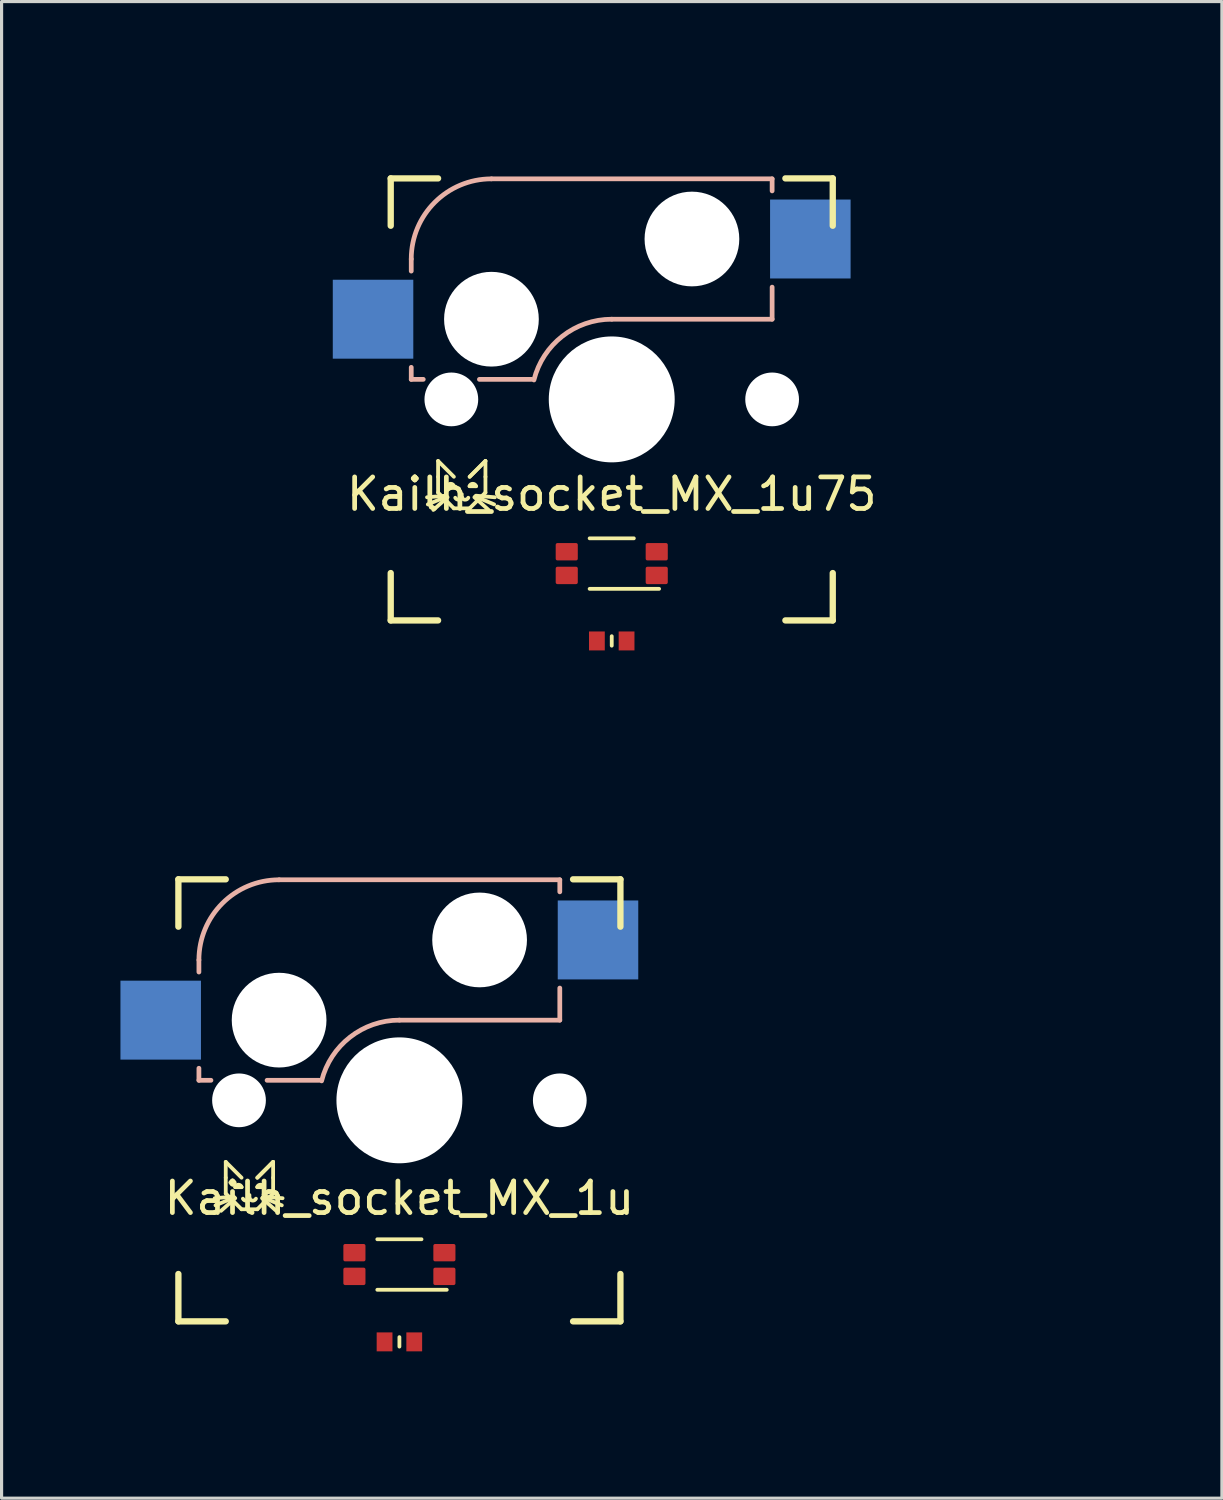
<source format=kicad_pcb>
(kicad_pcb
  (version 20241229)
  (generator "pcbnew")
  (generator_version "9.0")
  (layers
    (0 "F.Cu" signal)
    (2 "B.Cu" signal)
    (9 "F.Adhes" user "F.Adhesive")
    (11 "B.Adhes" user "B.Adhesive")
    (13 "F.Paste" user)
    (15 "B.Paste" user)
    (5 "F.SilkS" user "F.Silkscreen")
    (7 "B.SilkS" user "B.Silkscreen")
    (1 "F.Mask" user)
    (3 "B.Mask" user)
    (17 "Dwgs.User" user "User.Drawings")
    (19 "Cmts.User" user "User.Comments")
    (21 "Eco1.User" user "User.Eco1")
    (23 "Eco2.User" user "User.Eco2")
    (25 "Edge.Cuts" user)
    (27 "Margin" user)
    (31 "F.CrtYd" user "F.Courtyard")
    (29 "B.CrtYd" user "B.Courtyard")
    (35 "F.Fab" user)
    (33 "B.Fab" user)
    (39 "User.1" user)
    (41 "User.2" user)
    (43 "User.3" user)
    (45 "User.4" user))
  (footprint "Kailh_socket_MX_1u"
    (layer "F.Cu")
    (at 9.6 31.8)
    (property "Reference" "Kailh_socket_MX_1u" (at 0 3.1 0) (layer "F.SilkS") (effects (font (size 1 1) (thickness 0.15))))
    (attr through_hole)
    (fp_line (start -7 -7) (end -7 -5.5) (stroke (width 0.2) (type solid)) (layer "F.SilkS"))
    (fp_line (start -7 -7) (end -5.5 -7) (stroke (width 0.2) (type solid)) (layer "F.SilkS"))
    (fp_line (start -7 7) (end -7 5.5) (stroke (width 0.2) (type solid)) (layer "F.SilkS"))
    (fp_line (start -7 7) (end -5.5 7) (stroke (width 0.2) (type solid)) (layer "F.SilkS"))
    (fp_line (start -5.5 1.95) (end -5.5 2.45) (stroke (width 0.12) (type default)) (layer "F.SilkS"))
    (fp_line (start -5.5 2.45) (end -5.5 2.95) (stroke (width 0.12) (type default)) (layer "F.SilkS"))
    (fp_line (start -5.5 2.95) (end -5 3.45) (stroke (width 0.12) (type default)) (layer "F.SilkS"))
    (fp_line (start -5.25 3.05) (end -5.85 3.1) (stroke (width 0.12) (type default)) (layer "F.SilkS"))
    (fp_line (start -5.225 3.075) (end -5.825 3.325) (stroke (width 0.12) (type default)) (layer "F.SilkS"))
    (fp_line (start -5.2 2.75) (end -5 2.75) (stroke (width 0.12) (type default)) (layer "F.SilkS"))
    (fp_line (start -5.2 3.1) (end -5.65 3.5) (stroke (width 0.12) (type default)) (layer "F.SilkS"))
    (fp_line (start -5 2.45) (end -5.5 1.95) (stroke (width 0.12) (type default)) (layer "F.SilkS"))
    (fp_line (start -5 3.45) (end -4.5 3.45) (stroke (width 0.12) (type default)) (layer "F.SilkS"))
    (fp_line (start -4.75 3) (end -4.75 3.1) (stroke (width 0.12) (type default)) (layer "F.SilkS"))
    (fp_line (start -4.5 2.45) (end -4 1.95) (stroke (width 0.12) (type default)) (layer "F.SilkS"))
    (fp_line (start -4.5 2.75) (end -4.3 2.75) (stroke (width 0.12) (type default)) (layer "F.SilkS"))
    (fp_line (start -4.5 3.45) (end -4 2.95) (stroke (width 0.12) (type default)) (layer "F.SilkS"))
    (fp_line (start -4.35 3.1) (end -3.9 3.5) (stroke (width 0.12) (type default)) (layer "F.SilkS"))
    (fp_line (start -4.325 3.075) (end -3.725 3.325) (stroke (width 0.12) (type default)) (layer "F.SilkS"))
    (fp_line (start -4.3 3.05) (end -3.7 3.1) (stroke (width 0.12) (type default)) (layer "F.SilkS"))
    (fp_line (start -4 1.95) (end -4.5 2.45) (stroke (width 0.12) (type default)) (layer "F.SilkS"))
    (fp_line (start -4 1.95) (end -4 2.45) (stroke (width 0.12) (type default)) (layer "F.SilkS"))
    (fp_line (start -4 2.95) (end -4 2.45) (stroke (width 0.12) (type default)) (layer "F.SilkS"))
    (fp_line (start 0 7.8) (end 0 7.5) (stroke (width 0.12) (type solid)) (layer "F.SilkS"))
    (fp_line (start 0.7 4.4) (end -0.7 4.4) (stroke (width 0.12) (type default)) (layer "F.SilkS"))
    (fp_line (start 1.5 6) (end -0.7 6) (stroke (width 0.12) (type default)) (layer "F.SilkS"))
    (fp_line (start 7 -7) (end 5.5 -7) (stroke (width 0.2) (type solid)) (layer "F.SilkS"))
    (fp_line (start 7 -7) (end 7 -5.5) (stroke (width 0.2) (type solid)) (layer "F.SilkS"))
    (fp_line (start 7 7) (end 5.5 7) (stroke (width 0.2) (type solid)) (layer "F.SilkS"))
    (fp_line (start 7 7) (end 7 5.5) (stroke (width 0.2) (type solid)) (layer "F.SilkS"))
    (fp_arc (start -5.203866 2.747116) (mid -5.098487 2.672265) (end -4.995217 2.75) (stroke (width 0.12) (type default)) (layer "F.SilkS"))
    (fp_arc (start -4.75 3.1) (mid -4.848141 3.176166) (end -4.956067 3.114644) (stroke (width 0.12) (type default)) (layer "F.SilkS"))
    (fp_arc (start -4.543933 3.114644) (mid -4.651859 3.176167) (end -4.75 3.1) (stroke (width 0.12) (type default)) (layer "F.SilkS"))
    (fp_arc (start -4.505379 2.747116) (mid -4.4 2.672265) (end -4.29673 2.75) (stroke (width 0.12) (type default)) (layer "F.SilkS"))
    (fp_line (start -6.35 -4.445) (end -6.35 -4.064) (stroke (width 0.15) (type solid)) (layer "B.SilkS"))
    (fp_line (start -6.35 -1.016) (end -6.35 -0.635) (stroke (width 0.15) (type solid)) (layer "B.SilkS"))
    (fp_line (start -6.35 -0.635) (end -5.969 -0.635) (stroke (width 0.15) (type solid)) (layer "B.SilkS"))
    (fp_line (start -4.191 -0.635) (end -2.54 -0.635) (stroke (width 0.15) (type solid)) (layer "B.SilkS"))
    (fp_line (start 0 -2.54) (end 5.08 -2.54) (stroke (width 0.15) (type solid)) (layer "B.SilkS"))
    (fp_line (start 5.08 -6.985) (end -3.81 -6.985) (stroke (width 0.15) (type solid)) (layer "B.SilkS"))
    (fp_line (start 5.08 -6.604) (end 5.08 -6.985) (stroke (width 0.15) (type solid)) (layer "B.SilkS"))
    (fp_line (start 5.08 -2.54) (end 5.08 -3.556) (stroke (width 0.15) (type solid)) (layer "B.SilkS"))
    (fp_arc (start -6.35 -4.445) (mid -5.606051 -6.241051) (end -3.81 -6.985) (stroke (width 0.15) (type solid)) (layer "B.SilkS"))
    (fp_arc (start -2.464162 -0.61604) (mid -1.563147 -2.002042) (end 0 -2.54) (stroke (width 0.15) (type solid)) (layer "B.SilkS"))
    (fp_line (start -9.525 -9.525) (end 9.525 -9.525) (stroke (width 0.15) (type solid)) (layer "Eco1.User"))
    (fp_line (start -9.525 9.525) (end -9.525 -9.525) (stroke (width 0.15) (type solid)) (layer "Eco1.User"))
    (fp_line (start -9.525 9.525) (end 9.525 9.525) (stroke (width 0.15) (type solid)) (layer "Eco1.User"))
    (fp_line (start -9 -9) (end 9 -9) (stroke (width 0.15) (type solid)) (layer "Eco1.User"))
    (fp_line (start -9 9) (end -9 -9) (stroke (width 0.15) (type solid)) (layer "Eco1.User"))
    (fp_line (start -1.6 4.7) (end 1.6 4.7) (stroke (width 0.05) (type default)) (layer "Eco1.User"))
    (fp_line (start -1.6 5.7) (end -1.6 4.7) (stroke (width 0.05) (type default)) (layer "Eco1.User"))
    (fp_line (start -1.6 5.7) (end 1.6 5.7) (stroke (width 0.05) (type default)) (layer "Eco1.User"))
    (fp_line (start 1.6 5.7) (end 1.6 4.7) (stroke (width 0.05) (type default)) (layer "Eco1.User"))
    (fp_line (start 9 -9) (end 9 9) (stroke (width 0.15) (type solid)) (layer "Eco1.User"))
    (fp_line (start 9 9) (end -9 9) (stroke (width 0.15) (type solid)) (layer "Eco1.User"))
    (fp_line (start 9.525 9.525) (end 9.525 -9.525) (stroke (width 0.15) (type solid)) (layer "Eco1.User"))
    (fp_rect (start -2.5 4.2) (end 2.5 6.2) (stroke (width 0.12) (type default)) (fill no) (layer "Eco1.User"))
    (fp_line (start -6.9 6.9) (end -6.9 -6.9) (stroke (width 0.15) (type solid)) (layer "Eco2.User"))
    (fp_line (start -6.9 6.9) (end 6.9 6.9) (stroke (width 0.15) (type solid)) (layer "Eco2.User"))
    (fp_line (start 6.9 -6.9) (end -6.9 -6.9) (stroke (width 0.15) (type solid)) (layer "Eco2.User"))
    (fp_line (start 6.9 -6.9) (end 6.9 6.9) (stroke (width 0.15) (type solid)) (layer "Eco2.User"))
    (pad "" np_thru_hole circle (at -5.08 0 180) (size 1.702 1.702) (drill 1.702) (layers "*.Cu" "*.Mask"))
    (pad "" np_thru_hole circle (at -3.81 -2.54 180) (size 3 3) (drill 3) (layers "*.Cu" "*.Mask"))
    (pad "" np_thru_hole circle (at 0 0 180) (size 3.988 3.988) (drill 3.988) (layers "*.Cu" "*.Mask"))
    (pad "" np_thru_hole circle (at 2.54 -5.08 180) (size 3 3) (drill 3) (layers "*.Cu" "*.Mask"))
    (pad "" np_thru_hole circle (at 5.08 0 180) (size 1.702 1.702) (drill 1.702) (layers "*.Cu" "*.Mask"))
    (pad "1" smd rect (at 6.29 -5.08 180) (size 2.55 2.5) (layers "B.Cu" "B.Mask" "B.Paste"))
    (pad "2" smd rect (at -7.56 -2.54 180) (size 2.55 2.5) (layers "B.Cu" "B.Mask" "B.Paste"))
    (pad "L1" smd rect (at 0.47 7.65) (size 0.5 0.6) (layers "F.Cu" "F.Mask" "F.Paste"))
    (pad "L1" smd roundrect (at 1.425 5.575 90) (size 0.55 0.7) (layers "F.Cu" "F.Mask" "F.Paste") (roundrect_rratio 0.1))
    (pad "L2" smd roundrect (at 1.425 4.825 90) (size 0.55 0.7) (layers "F.Cu" "F.Mask" "F.Paste") (roundrect_rratio 0.1))
    (pad "L3" smd roundrect (at -1.425 4.825 90) (size 0.55 0.7) (layers "F.Cu" "F.Mask" "F.Paste") (roundrect_rratio 0.1))
    (pad "L4" smd roundrect (at -1.425 5.575 90) (size 0.55 0.7) (layers "F.Cu" "F.Mask" "F.Paste") (roundrect_rratio 0.1))
    (pad "L4" smd rect (at -0.47 7.65) (size 0.5 0.6) (layers "F.Cu" "F.Mask" "F.Paste")))
  (footprint "Kailh_socket_MX_1u75"
    (layer "F.Cu")
    (at 16.325 9.6)
    (property "Reference" "Kailh_socket_MX_1u75" (at 0 3 0) (layer "F.SilkS") (effects (font (size 1 1) (thickness 0.15))))
    (attr through_hole)
    (fp_line (start -7 -7) (end -7 -5.5) (stroke (width 0.2) (type solid)) (layer "F.SilkS"))
    (fp_line (start -7 -7) (end -5.5 -7) (stroke (width 0.2) (type solid)) (layer "F.SilkS"))
    (fp_line (start -7 7) (end -7 5.5) (stroke (width 0.2) (type solid)) (layer "F.SilkS"))
    (fp_line (start -7 7) (end -5.5 7) (stroke (width 0.2) (type solid)) (layer "F.SilkS"))
    (fp_line (start -5.5 1.95) (end -5.5 2.45) (stroke (width 0.12) (type default)) (layer "F.SilkS"))
    (fp_line (start -5.5 2.45) (end -5.5 2.95) (stroke (width 0.12) (type default)) (layer "F.SilkS"))
    (fp_line (start -5.5 2.95) (end -5 3.45) (stroke (width 0.12) (type default)) (layer "F.SilkS"))
    (fp_line (start -5.25 3.05) (end -5.85 3.1) (stroke (width 0.12) (type default)) (layer "F.SilkS"))
    (fp_line (start -5.225 3.075) (end -5.825 3.325) (stroke (width 0.12) (type default)) (layer "F.SilkS"))
    (fp_line (start -5.2 2.75) (end -5 2.75) (stroke (width 0.12) (type default)) (layer "F.SilkS"))
    (fp_line (start -5.2 3.1) (end -5.65 3.5) (stroke (width 0.12) (type default)) (layer "F.SilkS"))
    (fp_line (start -5 2.45) (end -5.5 1.95) (stroke (width 0.12) (type default)) (layer "F.SilkS"))
    (fp_line (start -5 3.45) (end -4.5 3.45) (stroke (width 0.12) (type default)) (layer "F.SilkS"))
    (fp_line (start -4.75 3) (end -4.75 3.1) (stroke (width 0.12) (type default)) (layer "F.SilkS"))
    (fp_line (start -4.5 2.45) (end -4 1.95) (stroke (width 0.12) (type default)) (layer "F.SilkS"))
    (fp_line (start -4.5 2.75) (end -4.3 2.75) (stroke (width 0.12) (type default)) (layer "F.SilkS"))
    (fp_line (start -4.5 3.45) (end -4 2.95) (stroke (width 0.12) (type default)) (layer "F.SilkS"))
    (fp_line (start -4.35 3.1) (end -3.9 3.5) (stroke (width 0.12) (type default)) (layer "F.SilkS"))
    (fp_line (start -4.325 3.075) (end -3.725 3.325) (stroke (width 0.12) (type default)) (layer "F.SilkS"))
    (fp_line (start -4.3 3.05) (end -3.7 3.1) (stroke (width 0.12) (type default)) (layer "F.SilkS"))
    (fp_line (start -4 1.95) (end -4.5 2.45) (stroke (width 0.12) (type default)) (layer "F.SilkS"))
    (fp_line (start -4 1.95) (end -4 2.45) (stroke (width 0.12) (type default)) (layer "F.SilkS"))
    (fp_line (start -4 2.95) (end -4 2.45) (stroke (width 0.12) (type default)) (layer "F.SilkS"))
    (fp_line (start 0 7.8) (end 0 7.5) (stroke (width 0.12) (type solid)) (layer "F.SilkS"))
    (fp_line (start 0.7 4.4) (end -0.7 4.4) (stroke (width 0.12) (type default)) (layer "F.SilkS"))
    (fp_line (start 1.5 6) (end -0.7 6) (stroke (width 0.12) (type default)) (layer "F.SilkS"))
    (fp_line (start 7 -7) (end 5.5 -7) (stroke (width 0.2) (type solid)) (layer "F.SilkS"))
    (fp_line (start 7 -7) (end 7 -5.5) (stroke (width 0.2) (type solid)) (layer "F.SilkS"))
    (fp_line (start 7 7) (end 5.5 7) (stroke (width 0.2) (type solid)) (layer "F.SilkS"))
    (fp_line (start 7 7) (end 7 5.5) (stroke (width 0.2) (type solid)) (layer "F.SilkS"))
    (fp_arc (start -5.203866 2.747116) (mid -5.098487 2.672265) (end -4.995217 2.75) (stroke (width 0.12) (type default)) (layer "F.SilkS"))
    (fp_arc (start -4.75 3.1) (mid -4.848141 3.176166) (end -4.956067 3.114644) (stroke (width 0.12) (type default)) (layer "F.SilkS"))
    (fp_arc (start -4.543933 3.114644) (mid -4.651859 3.176167) (end -4.75 3.1) (stroke (width 0.12) (type default)) (layer "F.SilkS"))
    (fp_arc (start -4.505379 2.747116) (mid -4.4 2.672265) (end -4.29673 2.75) (stroke (width 0.12) (type default)) (layer "F.SilkS"))
    (fp_line (start -6.35 -4.445) (end -6.35 -4.064) (stroke (width 0.15) (type solid)) (layer "B.SilkS"))
    (fp_line (start -6.35 -1.016) (end -6.35 -0.635) (stroke (width 0.15) (type solid)) (layer "B.SilkS"))
    (fp_line (start -6.35 -0.635) (end -5.969 -0.635) (stroke (width 0.15) (type solid)) (layer "B.SilkS"))
    (fp_line (start -4.191 -0.635) (end -2.54 -0.635) (stroke (width 0.15) (type solid)) (layer "B.SilkS"))
    (fp_line (start 0 -2.54) (end 5.08 -2.54) (stroke (width 0.15) (type solid)) (layer "B.SilkS"))
    (fp_line (start 5.08 -6.985) (end -3.81 -6.985) (stroke (width 0.15) (type solid)) (layer "B.SilkS"))
    (fp_line (start 5.08 -6.604) (end 5.08 -6.985) (stroke (width 0.15) (type solid)) (layer "B.SilkS"))
    (fp_line (start 5.08 -2.54) (end 5.08 -3.556) (stroke (width 0.15) (type solid)) (layer "B.SilkS"))
    (fp_arc (start -6.35 -4.445) (mid -5.606051 -6.241051) (end -3.81 -6.985) (stroke (width 0.15) (type solid)) (layer "B.SilkS"))
    (fp_arc (start -2.464162 -0.61604) (mid -1.563147 -2.002042) (end 0 -2.54) (stroke (width 0.15) (type solid)) (layer "B.SilkS"))
    (fp_line (start -16.25 -9.525) (end -16.25 9.525) (stroke (width 0.15) (type solid)) (layer "Eco1.User"))
    (fp_line (start -16.25 -9.525) (end 16.25 -9.525) (stroke (width 0.15) (type solid)) (layer "Eco1.User"))
    (fp_line (start -16.25 9.525) (end 16.25 9.525) (stroke (width 0.15) (type solid)) (layer "Eco1.User"))
    (fp_line (start -15.75 -9) (end -15.75 9) (stroke (width 0.15) (type solid)) (layer "Eco1.User"))
    (fp_line (start -15.75 -9) (end 15.75 -9) (stroke (width 0.15) (type solid)) (layer "Eco1.User"))
    (fp_line (start -15.75 9) (end 15.75 9) (stroke (width 0.15) (type solid)) (layer "Eco1.User"))
    (fp_line (start -1.6 4.7) (end 1.6 4.7) (stroke (width 0.05) (type default)) (layer "Eco1.User"))
    (fp_line (start -1.6 5.7) (end -1.6 4.7) (stroke (width 0.05) (type default)) (layer "Eco1.User"))
    (fp_line (start -1.6 5.7) (end 1.6 5.7) (stroke (width 0.05) (type default)) (layer "Eco1.User"))
    (fp_line (start 1.6 5.7) (end 1.6 4.7) (stroke (width 0.05) (type default)) (layer "Eco1.User"))
    (fp_line (start 15.75 -9) (end 15.75 9) (stroke (width 0.15) (type solid)) (layer "Eco1.User"))
    (fp_line (start 16.25 -9.525) (end 16.25 9.525) (stroke (width 0.15) (type solid)) (layer "Eco1.User"))
    (fp_rect (start -2.5 4.2) (end 2.5 6.2) (stroke (width 0.12) (type default)) (fill no) (layer "Eco1.User"))
    (fp_line (start -6.9 6.9) (end -6.9 -6.9) (stroke (width 0.15) (type solid)) (layer "Eco2.User"))
    (fp_line (start -6.9 6.9) (end 6.9 6.9) (stroke (width 0.15) (type solid)) (layer "Eco2.User"))
    (fp_line (start 6.9 -6.9) (end -6.9 -6.9) (stroke (width 0.15) (type solid)) (layer "Eco2.User"))
    (fp_line (start 6.9 -6.9) (end 6.9 6.9) (stroke (width 0.15) (type solid)) (layer "Eco2.User"))
    (pad "" np_thru_hole circle (at -5.08 0 180) (size 1.702 1.702) (drill 1.702) (layers "*.Cu" "*.Mask"))
    (pad "" np_thru_hole circle (at -3.81 -2.54 180) (size 3 3) (drill 3) (layers "*.Cu" "*.Mask"))
    (pad "" np_thru_hole circle (at 0 0 180) (size 3.988 3.988) (drill 3.988) (layers "*.Cu" "*.Mask"))
    (pad "" np_thru_hole circle (at 2.54 -5.08 180) (size 3 3) (drill 3) (layers "*.Cu" "*.Mask"))
    (pad "" np_thru_hole circle (at 5.08 0 180) (size 1.702 1.702) (drill 1.702) (layers "*.Cu" "*.Mask"))
    (pad "1" smd rect (at 6.29 -5.08 180) (size 2.55 2.5) (layers "B.Cu" "B.Mask" "B.Paste"))
    (pad "2" smd rect (at -7.56 -2.54 180) (size 2.55 2.5) (layers "B.Cu" "B.Mask" "B.Paste"))
    (pad "L1" smd rect (at 0.47 7.65) (size 0.5 0.6) (layers "F.Cu" "F.Mask" "F.Paste"))
    (pad "L1" smd roundrect (at 1.425 5.575 90) (size 0.55 0.7) (layers "F.Cu" "F.Mask" "F.Paste") (roundrect_rratio 0.1))
    (pad "L2" smd roundrect (at 1.425 4.825 90) (size 0.55 0.7) (layers "F.Cu" "F.Mask" "F.Paste") (roundrect_rratio 0.1))
    (pad "L3" smd roundrect (at -1.425 4.825 90) (size 0.55 0.7) (layers "F.Cu" "F.Mask" "F.Paste") (roundrect_rratio 0.1))
    (pad "L4" smd roundrect (at -1.425 5.575 90) (size 0.55 0.7) (layers "F.Cu" "F.Mask" "F.Paste") (roundrect_rratio 0.1))
    (pad "L4" smd rect (at -0.47 7.65) (size 0.5 0.6) (layers "F.Cu" "F.Mask" "F.Paste")))
  (gr_rect
    (start -3 -3)
    (end 35.65 44.4)
    (stroke (width 0.1) (type default))
    (fill no)
    (layer "Edge.Cuts")))
</source>
